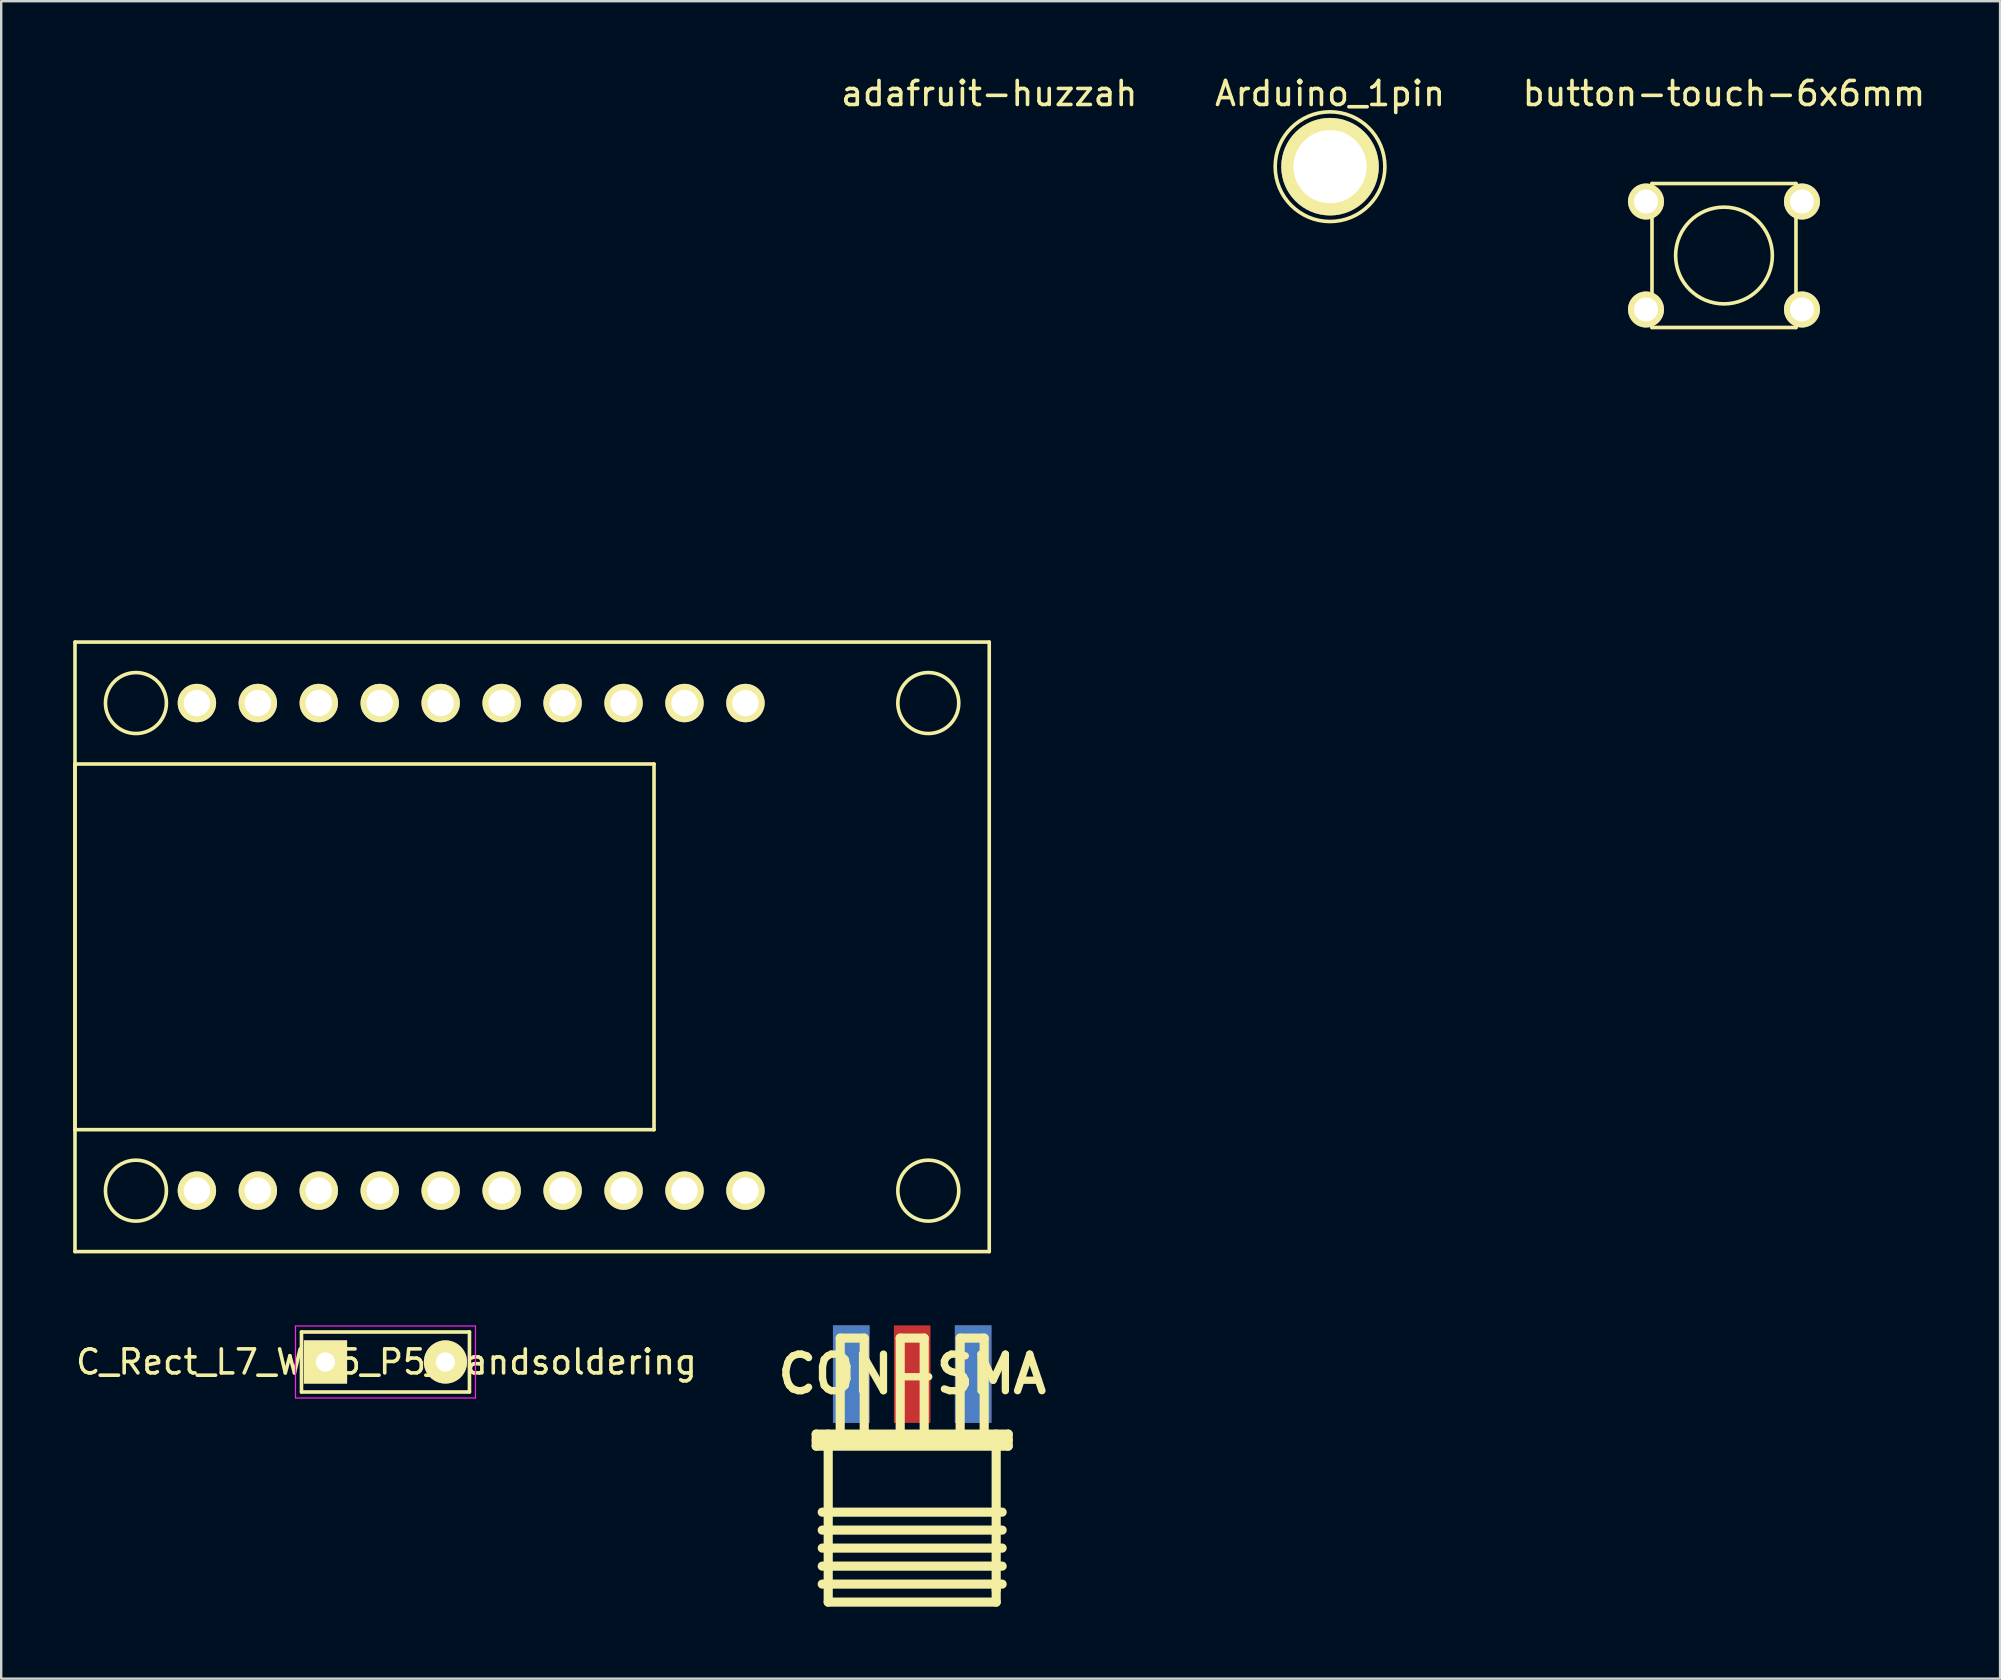
<source format=kicad_pcb>
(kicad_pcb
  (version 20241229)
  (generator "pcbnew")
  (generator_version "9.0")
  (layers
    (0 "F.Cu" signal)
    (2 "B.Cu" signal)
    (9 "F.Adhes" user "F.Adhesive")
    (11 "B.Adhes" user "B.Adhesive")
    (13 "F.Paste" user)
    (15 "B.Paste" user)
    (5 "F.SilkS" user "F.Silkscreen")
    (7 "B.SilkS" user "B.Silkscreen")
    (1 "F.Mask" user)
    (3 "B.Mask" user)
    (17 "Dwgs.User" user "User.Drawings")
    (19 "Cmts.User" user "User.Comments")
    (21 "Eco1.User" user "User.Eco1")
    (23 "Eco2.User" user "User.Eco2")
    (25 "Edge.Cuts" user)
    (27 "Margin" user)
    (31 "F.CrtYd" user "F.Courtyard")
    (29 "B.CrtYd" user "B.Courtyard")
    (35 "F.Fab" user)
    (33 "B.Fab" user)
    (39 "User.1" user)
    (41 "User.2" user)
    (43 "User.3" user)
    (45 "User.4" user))
  (footprint "button-touch-6x6mm"
    (layer "F.Cu")
    (at 68.794 7.598)
    (property "Reference" "button-touch-6x6mm" (at 0 -6.75 0) (layer "F.SilkS") (effects (font (size 1 1) (thickness 0.15))))
    (attr through_hole)
    (fp_line (start -3 -3) (end 3 -3) (stroke (width 0.15) (type solid)) (layer "F.SilkS"))
    (fp_line (start -3 3) (end -3 -3) (stroke (width 0.15) (type solid)) (layer "F.SilkS"))
    (fp_line (start 3 -3) (end 3 3) (stroke (width 0.15) (type solid)) (layer "F.SilkS"))
    (fp_line (start 3 3) (end -3 3) (stroke (width 0.15) (type solid)) (layer "F.SilkS"))
    (fp_circle (center 0 0) (end 1 -1.75) (stroke (width 0.15) (type solid)) (fill no) (layer "F.SilkS"))
    (pad "1" thru_hole circle (at -3.25 -2.25) (size 1.5 1.5) (drill 1) (layers "*.Cu" "*.Mask" "F.SilkS"))
    (pad "2" thru_hole circle (at 3.25 -2.25) (size 1.5 1.5) (drill 1) (layers "*.Cu" "*.Mask" "F.SilkS"))
    (pad "3" thru_hole circle (at -3.25 2.25) (size 1.5 1.5) (drill 1) (layers "*.Cu" "*.Mask" "F.SilkS"))
    (pad "4" thru_hole circle (at 3.25 2.25) (size 1.5 1.5) (drill 1) (layers "*.Cu" "*.Mask" "F.SilkS")))
  (footprint "C_Rect_L7_W2.5_P5_handsoldering"
    (layer "F.Cu")
    (at 10.514 53.708)
    (property "Reference" "C_Rect_L7_W2.5_P5_handsoldering" (at 2.54 0 0) (layer "F.SilkS") (effects (font (size 1 1) (thickness 0.15))))
    (attr through_hole)
    (fp_line (start -1 -1.25) (end 6 -1.25) (stroke (width 0.15) (type solid)) (layer "F.SilkS"))
    (fp_line (start -1 1.25) (end -1 -1.25) (stroke (width 0.15) (type solid)) (layer "F.SilkS"))
    (fp_line (start 6 -1.25) (end 6 1.25) (stroke (width 0.15) (type solid)) (layer "F.SilkS"))
    (fp_line (start 6 1.25) (end -1 1.25) (stroke (width 0.15) (type solid)) (layer "F.SilkS"))
    (fp_line (start -1.25 -1.5) (end 6.25 -1.5) (stroke (width 0.05) (type solid)) (layer "F.CrtYd"))
    (fp_line (start -1.25 1.5) (end -1.25 -1.5) (stroke (width 0.05) (type solid)) (layer "F.CrtYd"))
    (fp_line (start 6.25 -1.5) (end 6.25 1.5) (stroke (width 0.05) (type solid)) (layer "F.CrtYd"))
    (fp_line (start 6.25 1.5) (end -1.25 1.5) (stroke (width 0.05) (type solid)) (layer "F.CrtYd"))
    (pad "1" thru_hole rect (at 0 0) (size 1.8 1.8) (drill 0.8) (layers "*.Cu" "*.Mask" "F.SilkS"))
    (pad "2" thru_hole circle (at 5 0) (size 1.8 1.8) (drill 0.8) (layers "*.Cu" "*.Mask" "F.SilkS")))
  (footprint "CON-SMA"
    (layer "F.Cu")
    (at 34.964 54.215)
    (property "Reference" "CON-SMA" (at 0 0 0) (layer "F.SilkS") (effects (font (size 1.524 1.524) (thickness 0.305))))
    (attr through_hole)
    (fp_line (start -4 2.499) (end 4 2.499) (stroke (width 0.381) (type solid)) (layer "F.SilkS"))
    (fp_line (start -4 3) (end -4 2.499) (stroke (width 0.381) (type solid)) (layer "F.SilkS"))
    (fp_line (start -4 3) (end 4 3) (stroke (width 0.381) (type solid)) (layer "F.SilkS"))
    (fp_line (start -3.749 5.751) (end 3.749 5.751) (stroke (width 0.381) (type solid)) (layer "F.SilkS"))
    (fp_line (start -3.749 8.001) (end 3.749 8.001) (stroke (width 0.381) (type solid)) (layer "F.SilkS"))
    (fp_line (start -3.5 9.5) (end -3.5 2.499) (stroke (width 0.381) (type solid)) (layer "F.SilkS"))
    (fp_line (start -3.5 9.5) (end 3.5 9.5) (stroke (width 0.381) (type solid)) (layer "F.SilkS"))
    (fp_line (start -3 -1.501) (end -1.999 -1.501) (stroke (width 0.381) (type solid)) (layer "F.SilkS"))
    (fp_line (start -3 2.499) (end -3 -1.501) (stroke (width 0.381) (type solid)) (layer "F.SilkS"))
    (fp_line (start -1.999 -1.501) (end -1.999 2.499) (stroke (width 0.381) (type solid)) (layer "F.SilkS"))
    (fp_line (start -0.5 -1.501) (end 0.5 -1.501) (stroke (width 0.381) (type solid)) (layer "F.SilkS"))
    (fp_line (start -0.5 2.499) (end -0.5 -1.501) (stroke (width 0.381) (type solid)) (layer "F.SilkS"))
    (fp_line (start 0.5 -1.501) (end 0.5 2.499) (stroke (width 0.381) (type solid)) (layer "F.SilkS"))
    (fp_line (start 1.999 -1.501) (end 3 -1.501) (stroke (width 0.381) (type solid)) (layer "F.SilkS"))
    (fp_line (start 1.999 2.499) (end 1.999 -1.501) (stroke (width 0.381) (type solid)) (layer "F.SilkS"))
    (fp_line (start 3 -1.501) (end 3 2.499) (stroke (width 0.381) (type solid)) (layer "F.SilkS"))
    (fp_line (start 3.5 2.499) (end 3.5 8.999) (stroke (width 0.381) (type solid)) (layer "F.SilkS"))
    (fp_line (start 3.5 9.5) (end 3.5 8.999) (stroke (width 0.381) (type solid)) (layer "F.SilkS"))
    (fp_line (start 3.749 6.5) (end -3.749 6.5) (stroke (width 0.381) (type solid)) (layer "F.SilkS"))
    (fp_line (start 3.749 7.249) (end -3.749 7.249) (stroke (width 0.381) (type solid)) (layer "F.SilkS"))
    (fp_line (start 3.749 8.75) (end -3.749 8.75) (stroke (width 0.381) (type solid)) (layer "F.SilkS"))
    (fp_line (start 4 2.751) (end -4 2.751) (stroke (width 0.381) (type solid)) (layer "F.SilkS"))
    (fp_line (start 4 3) (end 4 2.499) (stroke (width 0.381) (type solid)) (layer "F.SilkS"))
    (pad "1" smd rect (at 0 0) (size 1.524 4.064) (layers "F.Cu" "F.Mask" "F.Paste"))
    (pad "2" smd rect (at -2.54 0) (size 1.524 4.064) (layers "F.Cu" "F.Mask" "F.Paste"))
    (pad "3" smd rect (at -2.54 0) (size 1.524 4.064) (layers "B.Cu" "B.Mask" "B.Paste"))
    (pad "4" smd rect (at 2.54 0) (size 1.524 4.064) (layers "F.Cu" "F.Mask" "F.Paste"))
    (pad "5" smd rect (at 2.54 0) (size 1.524 4.064) (layers "B.Cu" "B.Mask" "B.Paste")))
  (footprint "Arduino_1pin"
    (layer "F.Cu")
    (at 52.377 3.896)
    (property "Reference" "Arduino_1pin" (at 0 -3.048 0) (layer "F.SilkS") (effects (font (size 1 1) (thickness 0.15))))
    (attr through_hole)
    (fp_circle (center 0 0) (end 0 -2.286) (stroke (width 0.15) (type solid)) (fill no) (layer "F.SilkS"))
    (pad "1" thru_hole circle (at 0 0) (size 4.064 4.064) (drill 3.048) (layers "*.Cu" "*.Mask" "F.SilkS")))
  (footprint "adafruit-huzzah"
    (layer "F.Cu")
    (at 17.855 36.408)
    (property "Reference" "adafruit-huzzah" (at 20.32 -35.56 0) (layer "F.SilkS") (effects (font (size 1 1) (thickness 0.15))))
    (attr through_hole)
    (fp_line (start -17.78 -12.7) (end 20.32 -12.7) (stroke (width 0.15) (type solid)) (layer "F.SilkS"))
    (fp_line (start -17.78 -7.62) (end -17.78 7.62) (stroke (width 0.15) (type solid)) (layer "F.SilkS"))
    (fp_line (start -17.78 7.62) (end 6.35 7.62) (stroke (width 0.15) (type solid)) (layer "F.SilkS"))
    (fp_line (start -17.78 12.7) (end -17.78 -12.7) (stroke (width 0.15) (type solid)) (layer "F.SilkS"))
    (fp_line (start 6.35 -7.62) (end -17.78 -7.62) (stroke (width 0.15) (type solid)) (layer "F.SilkS"))
    (fp_line (start 6.35 7.62) (end 6.35 -7.62) (stroke (width 0.15) (type solid)) (layer "F.SilkS"))
    (fp_line (start 20.32 -12.7) (end 20.32 12.7) (stroke (width 0.15) (type solid)) (layer "F.SilkS"))
    (fp_line (start 20.32 12.7) (end -17.78 12.7) (stroke (width 0.15) (type solid)) (layer "F.SilkS"))
    (fp_circle (center -15.24 -10.16) (end -15.24 -11.43) (stroke (width 0.15) (type solid)) (fill no) (layer "F.SilkS"))
    (fp_circle (center -15.24 10.16) (end -15.24 8.89) (stroke (width 0.15) (type solid)) (fill no) (layer "F.SilkS"))
    (fp_circle (center 17.78 -10.16) (end 17.78 -11.43) (stroke (width 0.15) (type solid)) (fill no) (layer "F.SilkS"))
    (fp_circle (center 17.78 10.16) (end 17.78 8.89) (stroke (width 0.15) (type solid)) (fill no) (layer "F.SilkS"))
    (pad "1" thru_hole circle (at -12.7 10.16) (size 1.6 1.6) (drill 1.1) (layers "*.Cu" "*.Mask" "F.SilkS"))
    (pad "2" thru_hole circle (at -10.16 10.16) (size 1.6 1.6) (drill 1.1) (layers "*.Cu" "*.Mask" "F.SilkS"))
    (pad "3" thru_hole circle (at -7.62 10.16) (size 1.6 1.6) (drill 1.1) (layers "*.Cu" "*.Mask" "F.SilkS"))
    (pad "4" thru_hole circle (at -5.08 10.16) (size 1.6 1.6) (drill 1.1) (layers "*.Cu" "*.Mask" "F.SilkS"))
    (pad "5" thru_hole circle (at -2.54 10.16) (size 1.6 1.6) (drill 1.1) (layers "*.Cu" "*.Mask" "F.SilkS"))
    (pad "6" thru_hole circle (at 0 10.16) (size 1.6 1.6) (drill 1.1) (layers "*.Cu" "*.Mask" "F.SilkS"))
    (pad "7" thru_hole circle (at 2.54 10.16) (size 1.6 1.6) (drill 1.1) (layers "*.Cu" "*.Mask" "F.SilkS"))
    (pad "8" thru_hole circle (at 5.08 10.16) (size 1.6 1.6) (drill 1.1) (layers "*.Cu" "*.Mask" "F.SilkS"))
    (pad "9" thru_hole circle (at 7.62 10.16) (size 1.6 1.6) (drill 1.1) (layers "*.Cu" "*.Mask" "F.SilkS"))
    (pad "10" thru_hole circle (at 10.16 10.16) (size 1.6 1.6) (drill 1.1) (layers "*.Cu" "*.Mask" "F.SilkS"))
    (pad "11" thru_hole circle (at 10.16 -10.16) (size 1.6 1.6) (drill 1.1) (layers "*.Cu" "*.Mask" "F.SilkS"))
    (pad "12" thru_hole circle (at 7.62 -10.16) (size 1.6 1.6) (drill 1.1) (layers "*.Cu" "*.Mask" "F.SilkS"))
    (pad "13" thru_hole circle (at 5.08 -10.16) (size 1.6 1.6) (drill 1.1) (layers "*.Cu" "*.Mask" "F.SilkS"))
    (pad "14" thru_hole circle (at 2.54 -10.16) (size 1.6 1.6) (drill 1.1) (layers "*.Cu" "*.Mask" "F.SilkS"))
    (pad "15" thru_hole circle (at 0 -10.16) (size 1.6 1.6) (drill 1.1) (layers "*.Cu" "*.Mask" "F.SilkS"))
    (pad "16" thru_hole circle (at -2.54 -10.16) (size 1.6 1.6) (drill 1.1) (layers "*.Cu" "*.Mask" "F.SilkS"))
    (pad "17" thru_hole circle (at -5.08 -10.16) (size 1.6 1.6) (drill 1.1) (layers "*.Cu" "*.Mask" "F.SilkS"))
    (pad "18" thru_hole circle (at -7.62 -10.16) (size 1.6 1.6) (drill 1.1) (layers "*.Cu" "*.Mask" "F.SilkS"))
    (pad "19" thru_hole circle (at -10.16 -10.16) (size 1.6 1.6) (drill 1.1) (layers "*.Cu" "*.Mask" "F.SilkS"))
    (pad "20" thru_hole circle (at -12.7 -10.16) (size 1.6 1.6) (drill 1.1) (layers "*.Cu" "*.Mask" "F.SilkS")))
  (gr_rect
    (start -3 -3)
    (end 80.3 66.905)
    (stroke (width 0.1) (type default))
    (fill no)
    (layer "Edge.Cuts")))
</source>
